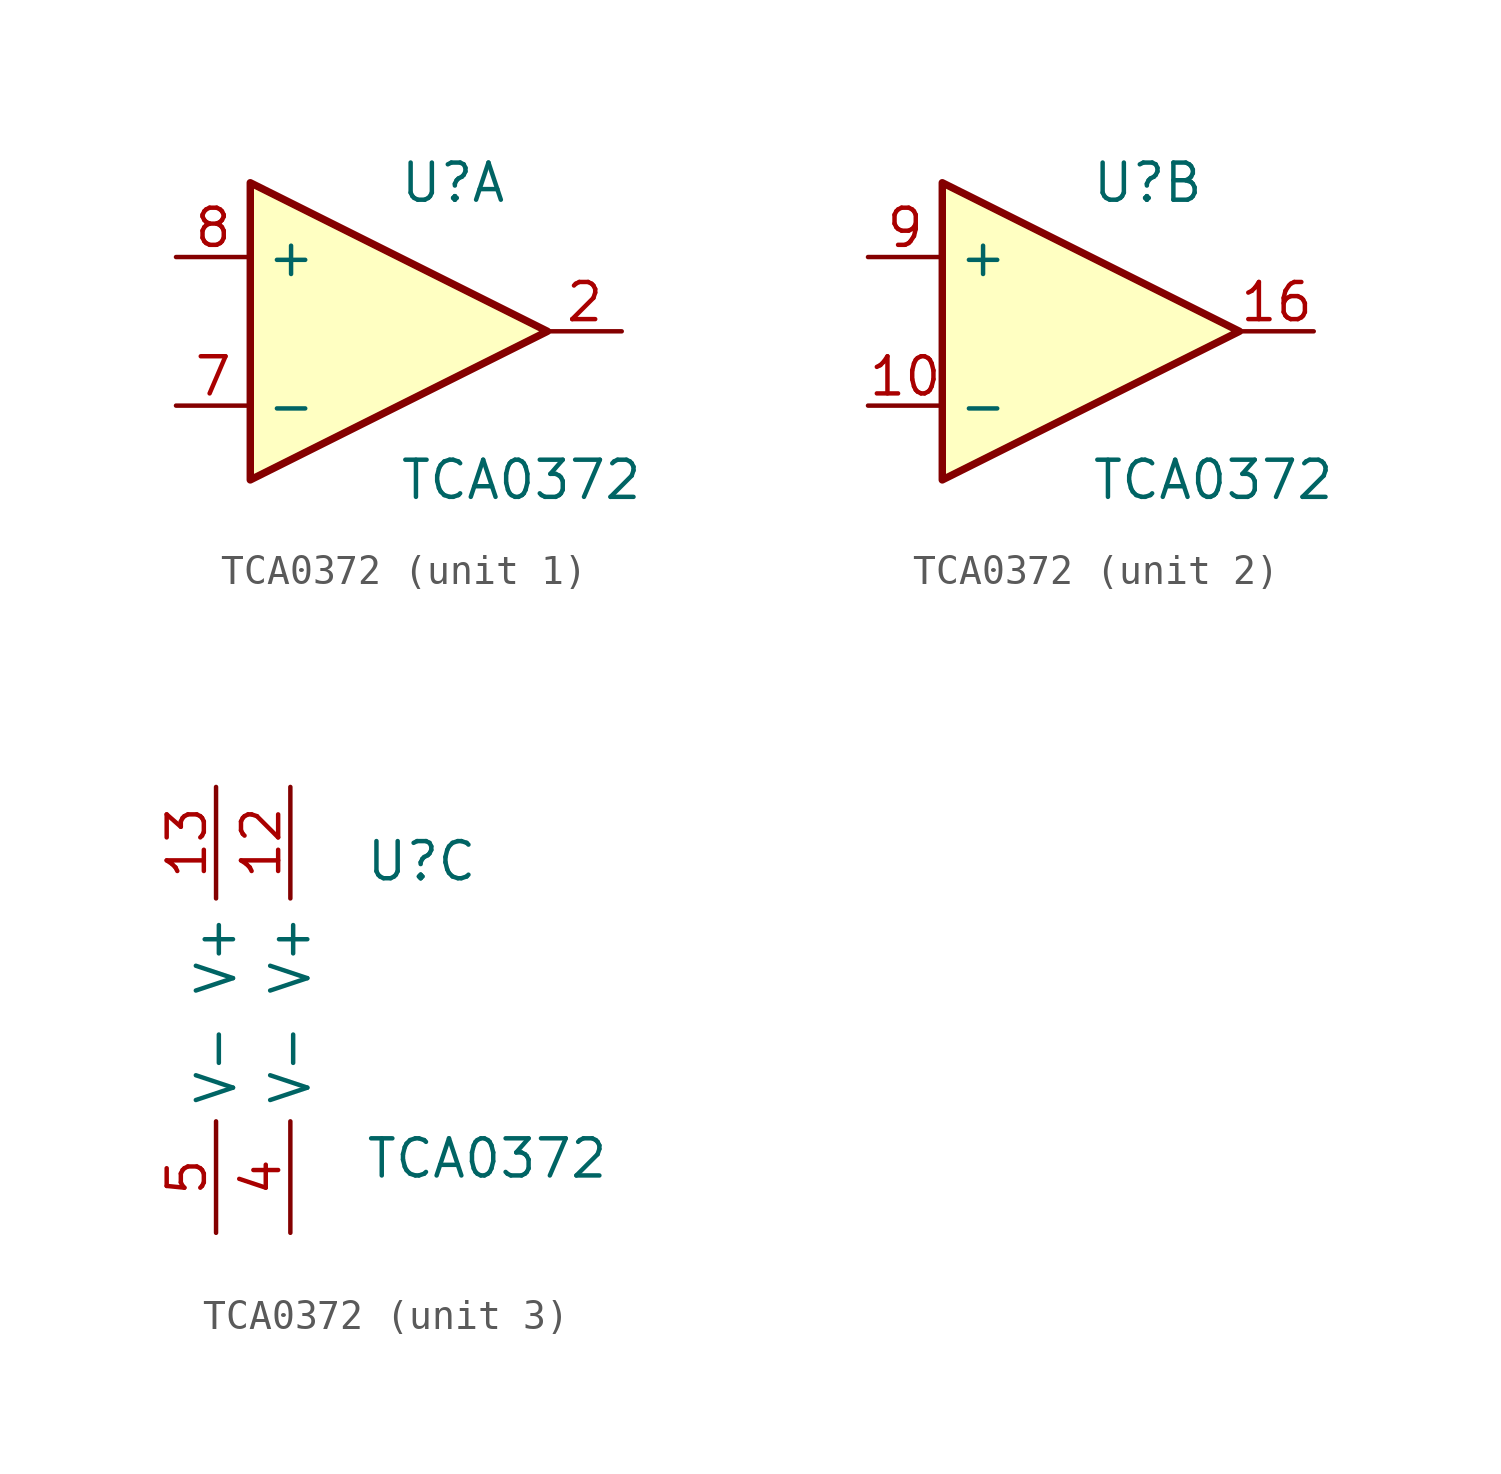
<source format=kicad_sym>
(kicad_symbol_lib
  (version 20211014)
  (generator kicad_symbol_editor)
  (symbol "TCA0372"
    (property "Reference" "U"
      (at 0 5.08 0)
      (effects (font (size 1.27 1.27)) (justify left)))
    (property "Value" "TCA0372"
      (at 0 -5.08 0)
      (effects (font (size 1.27 1.27)) (justify left)))
    (property "ki_locked" ""
      (at 0 0 0)
      (effects (font (size 1.27 1.27))))
    (symbol "TCA0372_1_1"
      (polyline (pts (xy -5.08 5.08) (xy 5.08 0) (xy -5.08 -5.08) (xy -5.08 5.08)) (stroke (width 0.254) (type default) (color 0 0 0 0)) (fill (type background)))
      (pin output line (at 7.62 0 180) (length 2.54) (name "~" (effects (font (size 1.27 1.27)))) (number "2" (effects (font (size 1.27 1.27)))))
      (pin input line (at -7.62 -2.54 0) (length 2.54) (name "-" (effects (font (size 1.27 1.27)))) (number "7" (effects (font (size 1.27 1.27)))))
      (pin input line (at -7.62 2.54 0) (length 2.54) (name "+" (effects (font (size 1.27 1.27)))) (number "8" (effects (font (size 1.27 1.27))))))
    (symbol "TCA0372_2_1"
      (polyline (pts (xy -5.08 5.08) (xy 5.08 0) (xy -5.08 -5.08) (xy -5.08 5.08)) (stroke (width 0.254) (type default) (color 0 0 0 0)) (fill (type background)))
      (pin input line (at -7.62 -2.54 0) (length 2.54) (name "-" (effects (font (size 1.27 1.27)))) (number "10" (effects (font (size 1.27 1.27)))))
      (pin output line (at 7.62 0 180) (length 2.54) (name "~" (effects (font (size 1.27 1.27)))) (number "16" (effects (font (size 1.27 1.27)))))
      (pin input line (at -7.62 2.54 0) (length 2.54) (name "+" (effects (font (size 1.27 1.27)))) (number "9" (effects (font (size 1.27 1.27))))))
    (symbol "TCA0372_3_1"
      (pin power_in line (at -2.54 7.62 270) (length 3.81) (name "V+" (effects (font (size 1.27 1.27)))) (number "12" (effects (font (size 1.27 1.27)))))
      (pin power_in line (at -5.08 7.62 270) (length 3.81) (name "V+" (effects (font (size 1.27 1.27)))) (number "13" (effects (font (size 1.27 1.27)))))
      (pin power_in line (at -2.54 -7.62 90) (length 3.81) (name "V-" (effects (font (size 1.27 1.27)))) (number "4" (effects (font (size 1.27 1.27)))))
      (pin power_in line (at -5.08 -7.62 90) (length 3.81) (name "V-" (effects (font (size 1.27 1.27)))) (number "5" (effects (font (size 1.27 1.27))))))))
</source>
